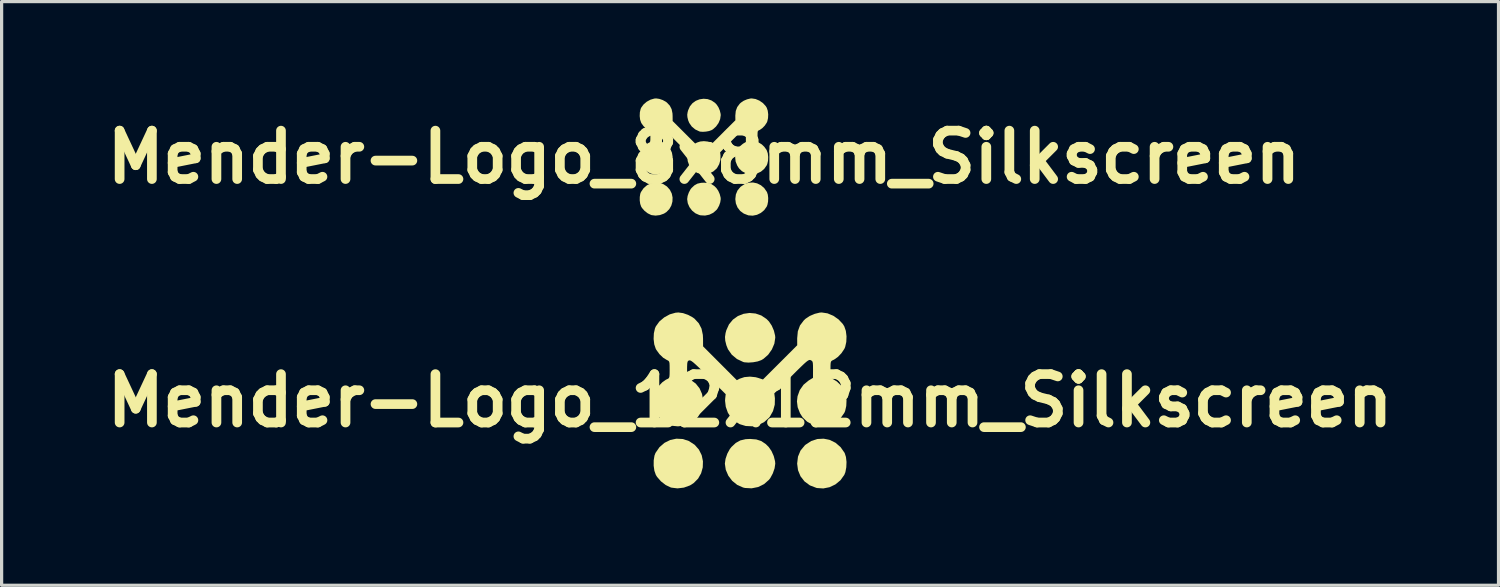
<source format=kicad_pcb>
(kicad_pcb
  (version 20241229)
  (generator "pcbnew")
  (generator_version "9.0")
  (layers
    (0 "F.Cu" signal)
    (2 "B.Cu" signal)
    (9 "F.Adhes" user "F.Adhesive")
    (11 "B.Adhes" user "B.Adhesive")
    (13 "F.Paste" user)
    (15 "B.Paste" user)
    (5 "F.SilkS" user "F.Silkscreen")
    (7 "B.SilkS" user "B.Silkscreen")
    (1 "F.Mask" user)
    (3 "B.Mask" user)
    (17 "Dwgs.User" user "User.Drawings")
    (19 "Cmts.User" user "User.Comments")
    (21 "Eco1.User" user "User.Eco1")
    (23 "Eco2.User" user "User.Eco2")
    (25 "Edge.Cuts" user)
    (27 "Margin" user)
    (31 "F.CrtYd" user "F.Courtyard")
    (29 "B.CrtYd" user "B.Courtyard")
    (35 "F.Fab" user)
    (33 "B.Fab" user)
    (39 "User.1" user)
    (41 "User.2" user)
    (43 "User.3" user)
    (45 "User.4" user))
  (footprint "Mender-Logo_12x12mm_Silkscreen"
    (layer "F.Cu")
    (at 20.193 9.365)
    (property "Reference" "Mender-Logo_12x12mm_Silkscreen" (at 0 0 0) (layer "F.SilkS") (effects (font (size 1.5 1.5) (thickness 0.3))))
    (attr board_only exclude_from_pos_files exclude_from_bom)
    (fp_poly (pts (xy 2.473 1.219) (xy 2.651 1.307) (xy 2.806 1.442) (xy 2.931 1.621) (xy 2.931 1.621) (xy 2.971 1.745) (xy 2.989 1.9) (xy 2.982 2.065) (xy 2.954 2.216) (xy 2.92 2.301) (xy 2.802 2.466) (xy 2.646 2.595) (xy 2.465 2.682) (xy 2.27 2.721) (xy 2.074 2.708) (xy 2.057 2.704) (xy 1.854 2.626) (xy 1.688 2.504) (xy 1.563 2.344) (xy 1.485 2.153) (xy 1.459 1.951) (xy 1.485 1.735) (xy 1.563 1.548) (xy 1.694 1.389) (xy 1.718 1.367) (xy 1.896 1.251) (xy 2.086 1.189) (xy 2.282 1.179)) (stroke (width 0) (type solid)) (fill yes) (layer "F.SilkS"))
    (fp_poly (pts (xy -2.087 1.189) (xy -1.896 1.251) (xy -1.719 1.367) (xy -1.718 1.367) (xy -1.585 1.518) (xy -1.499 1.691) (xy -1.46 1.879) (xy -1.466 2.069) (xy -1.517 2.252) (xy -1.611 2.417) (xy -1.748 2.555) (xy -1.861 2.627) (xy -2.05 2.695) (xy -2.248 2.719) (xy -2.436 2.696) (xy -2.463 2.688) (xy -2.616 2.614) (xy -2.762 2.5) (xy -2.881 2.364) (xy -2.92 2.301) (xy -2.965 2.173) (xy -2.987 2.016) (xy -2.986 1.851) (xy -2.962 1.703) (xy -2.931 1.621) (xy -2.807 1.442) (xy -2.651 1.307) (xy -2.474 1.219) (xy -2.283 1.179)) (stroke (width 0) (type solid)) (fill yes) (layer "F.SilkS"))
    (fp_poly (pts (xy 0.191 1.202) (xy 0.347 1.252) (xy 0.484 1.344) (xy 0.578 1.437) (xy 0.665 1.563) (xy 0.734 1.718) (xy 0.774 1.876) (xy 0.781 1.952) (xy 0.76 2.097) (xy 0.705 2.255) (xy 0.627 2.4) (xy 0.586 2.453) (xy 0.433 2.587) (xy 0.25 2.677) (xy 0.049 2.717) (xy -0.157 2.706) (xy -0.216 2.692) (xy -0.397 2.612) (xy -0.553 2.486) (xy -0.674 2.326) (xy -0.753 2.143) (xy -0.781 1.952) (xy -0.76 1.804) (xy -0.705 1.643) (xy -0.626 1.498) (xy -0.578 1.437) (xy -0.443 1.311) (xy -0.303 1.233) (xy -0.138 1.194) (xy 0 1.187)) (stroke (width 0) (type solid)) (fill yes) (layer "F.SilkS"))
    (fp_poly (pts (xy 0.17 -2.7) (xy 0.35 -2.638) (xy 0.513 -2.527) (xy 0.586 -2.453) (xy 0.672 -2.324) (xy 0.739 -2.168) (xy 0.776 -2.014) (xy 0.781 -1.952) (xy 0.753 -1.767) (xy 0.676 -1.586) (xy 0.561 -1.423) (xy 0.415 -1.295) (xy 0.348 -1.255) (xy 0.236 -1.215) (xy 0.095 -1.189) (xy -0.05 -1.179) (xy -0.173 -1.188) (xy -0.21 -1.197) (xy -0.405 -1.289) (xy -0.566 -1.423) (xy -0.684 -1.591) (xy -0.734 -1.715) (xy -0.769 -1.857) (xy -0.777 -1.974) (xy -0.759 -2.095) (xy -0.736 -2.18) (xy -0.653 -2.364) (xy -0.531 -2.511) (xy -0.378 -2.621) (xy -0.204 -2.69) (xy -0.018 -2.717)) (stroke (width 0) (type solid)) (fill yes) (layer "F.SilkS"))
    (fp_poly (pts (xy 2.4 -2.705) (xy 2.579 -2.63) (xy 2.742 -2.517) (xy 2.873 -2.377) (xy 2.92 -2.301) (xy 2.968 -2.161) (xy 2.989 -1.993) (xy 2.982 -1.819) (xy 2.947 -1.663) (xy 2.922 -1.605) (xy 2.832 -1.47) (xy 2.72 -1.353) (xy 2.605 -1.272) (xy 2.579 -1.26) (xy 2.537 -1.24) (xy 2.512 -1.216) (xy 2.498 -1.172) (xy 2.493 -1.096) (xy 2.492 -0.975) (xy 2.492 -0.961) (xy 2.493 -0.835) (xy 2.497 -0.755) (xy 2.51 -0.709) (xy 2.534 -0.683) (xy 2.574 -0.664) (xy 2.579 -0.662) (xy 2.693 -0.591) (xy 2.807 -0.481) (xy 2.903 -0.349) (xy 2.922 -0.317) (xy 2.969 -0.178) (xy 2.989 -0.01) (xy 2.981 0.165) (xy 2.946 0.321) (xy 2.92 0.38) (xy 2.802 0.547) (xy 2.652 0.672) (xy 2.481 0.754) (xy 2.298 0.793) (xy 2.111 0.789) (xy 1.932 0.742) (xy 1.768 0.652) (xy 1.629 0.519) (xy 1.547 0.39) (xy 1.475 0.204) (xy 1.453 0.025) (xy 1.471 -0.135) (xy 1.54 -0.326) (xy 1.658 -0.494) (xy 1.815 -0.624) (xy 1.817 -0.625) (xy 1.95 -0.706) (xy 1.951 -0.963) (xy 1.95 -1.089) (xy 1.945 -1.168) (xy 1.932 -1.214) (xy 1.907 -1.239) (xy 1.881 -1.253) (xy 1.857 -1.261) (xy 1.829 -1.258) (xy 1.792 -1.239) (xy 1.741 -1.201) (xy 1.67 -1.138) (xy 1.574 -1.046) (xy 1.446 -0.921) (xy 1.282 -0.757) (xy 1.281 -0.755) (xy 0.751 -0.225) (xy 0.77 -0.073) (xy 0.765 0.126) (xy 0.711 0.324) (xy 0.612 0.499) (xy 0.586 0.531) (xy 0.433 0.667) (xy 0.255 0.755) (xy 0.063 0.795) (xy -0.133 0.786) (xy -0.322 0.729) (xy -0.492 0.624) (xy -0.586 0.531) (xy -0.688 0.374) (xy -0.753 0.19) (xy -0.775 0.003) (xy -0.771 -0.06) (xy -0.755 -0.2) (xy -1.289 -0.734) (xy -1.458 -0.902) (xy -1.591 -1.031) (xy -1.692 -1.125) (xy -1.766 -1.19) (xy -1.82 -1.229) (xy -1.858 -1.247) (xy -1.885 -1.248) (xy -1.888 -1.247) (xy -1.918 -1.233) (xy -1.937 -1.204) (xy -1.947 -1.149) (xy -1.951 -1.056) (xy -1.952 -0.966) (xy -1.952 -0.704) (xy -1.843 -0.646) (xy -1.682 -0.528) (xy -1.564 -0.379) (xy -1.489 -0.208) (xy -1.457 -0.024) (xy -1.468 0.163) (xy -1.521 0.342) (xy -1.616 0.505) (xy -1.754 0.642) (xy -1.871 0.715) (xy -2.044 0.774) (xy -2.235 0.797) (xy -2.416 0.779) (xy -2.463 0.766) (xy -2.616 0.692) (xy -2.762 0.579) (xy -2.881 0.443) (xy -2.92 0.38) (xy -2.968 0.24) (xy -2.989 0.071) (xy -2.982 -0.103) (xy -2.947 -0.258) (xy -2.922 -0.317) (xy -2.832 -0.451) (xy -2.72 -0.568) (xy -2.605 -0.65) (xy -2.579 -0.662) (xy -2.537 -0.681) (xy -2.512 -0.706) (xy -2.498 -0.75) (xy -2.493 -0.825) (xy -2.492 -0.946) (xy -2.492 -0.961) (xy -2.493 -1.087) (xy -2.497 -1.166) (xy -2.51 -1.212) (xy -2.534 -1.238) (xy -2.574 -1.258) (xy -2.579 -1.26) (xy -2.693 -1.33) (xy -2.807 -1.44) (xy -2.903 -1.572) (xy -2.922 -1.605) (xy -2.969 -1.744) (xy -2.989 -1.912) (xy -2.981 -2.086) (xy -2.946 -2.242) (xy -2.92 -2.301) (xy -2.811 -2.452) (xy -2.661 -2.579) (xy -2.488 -2.674) (xy -2.308 -2.725) (xy -2.222 -2.732) (xy -2.077 -2.712) (xy -1.918 -2.657) (xy -1.774 -2.578) (xy -1.72 -2.538) (xy -1.589 -2.396) (xy -1.505 -2.233) (xy -1.463 -2.037) (xy -1.457 -1.914) (xy -1.456 -1.682) (xy -0.933 -1.158) (xy -0.41 -0.634) (xy -0.322 -0.68) (xy -0.175 -0.729) (xy -0.003 -0.744) (xy 0.172 -0.726) (xy 0.243 -0.707) (xy 0.4 -0.656) (xy 0.931 -1.186) (xy 1.461 -1.716) (xy 1.46 -1.931) (xy 1.48 -2.147) (xy 1.547 -2.33) (xy 1.665 -2.486) (xy 1.72 -2.538) (xy 1.85 -2.624) (xy 2.005 -2.69) (xy 2.16 -2.728) (xy 2.222 -2.732)) (stroke (width 0) (type solid)) (fill yes) (layer "F.SilkS")))
  (footprint "Mender-Logo_8x8mm_Silkscreen"
    (layer "F.Cu")
    (at 18.764 1.82)
    (property "Reference" "Mender-Logo_8x8mm_Silkscreen" (at 0 0 0) (layer "F.SilkS") (effects (font (size 1.5 1.5) (thickness 0.3))))
    (attr board_only exclude_from_pos_files exclude_from_bom)
    (fp_poly (pts (xy 1.647 0.812) (xy 1.766 0.871) (xy 1.869 0.96) (xy 1.952 1.08) (xy 1.952 1.08) (xy 1.979 1.162) (xy 1.991 1.266) (xy 1.987 1.376) (xy 1.967 1.476) (xy 1.945 1.533) (xy 1.866 1.643) (xy 1.762 1.729) (xy 1.642 1.787) (xy 1.512 1.813) (xy 1.381 1.804) (xy 1.37 1.801) (xy 1.235 1.749) (xy 1.124 1.668) (xy 1.041 1.561) (xy 0.989 1.434) (xy 0.972 1.3) (xy 0.989 1.156) (xy 1.041 1.031) (xy 1.128 0.925) (xy 1.145 0.911) (xy 1.263 0.833) (xy 1.39 0.792) (xy 1.52 0.785)) (stroke (width 0) (type solid)) (fill yes) (layer "F.SilkS"))
    (fp_poly (pts (xy -1.39 0.792) (xy -1.263 0.833) (xy -1.145 0.91) (xy -1.145 0.911) (xy -1.056 1.011) (xy -0.998 1.127) (xy -0.972 1.251) (xy -0.977 1.378) (xy -1.011 1.5) (xy -1.073 1.61) (xy -1.164 1.702) (xy -1.24 1.75) (xy -1.366 1.795) (xy -1.498 1.811) (xy -1.623 1.796) (xy -1.641 1.79) (xy -1.742 1.741) (xy -1.84 1.665) (xy -1.919 1.575) (xy -1.945 1.533) (xy -1.975 1.448) (xy -1.99 1.343) (xy -1.989 1.233) (xy -1.973 1.134) (xy -1.952 1.08) (xy -1.87 0.961) (xy -1.766 0.871) (xy -1.648 0.812) (xy -1.52 0.785)) (stroke (width 0) (type solid)) (fill yes) (layer "F.SilkS"))
    (fp_poly (pts (xy 0.127 0.801) (xy 0.231 0.834) (xy 0.322 0.895) (xy 0.385 0.957) (xy 0.443 1.041) (xy 0.489 1.145) (xy 0.516 1.25) (xy 0.52 1.3) (xy 0.506 1.397) (xy 0.47 1.502) (xy 0.417 1.599) (xy 0.39 1.634) (xy 0.289 1.723) (xy 0.167 1.783) (xy 0.033 1.81) (xy -0.104 1.802) (xy -0.144 1.793) (xy -0.264 1.74) (xy -0.368 1.656) (xy -0.449 1.549) (xy -0.502 1.427) (xy -0.52 1.3) (xy -0.506 1.202) (xy -0.469 1.095) (xy -0.417 0.998) (xy -0.385 0.957) (xy -0.295 0.873) (xy -0.202 0.821) (xy -0.092 0.796) (xy 0 0.791)) (stroke (width 0) (type solid)) (fill yes) (layer "F.SilkS"))
    (fp_poly (pts (xy 0.113 -1.799) (xy 0.233 -1.757) (xy 0.342 -1.684) (xy 0.39 -1.634) (xy 0.448 -1.548) (xy 0.492 -1.444) (xy 0.517 -1.341) (xy 0.52 -1.3) (xy 0.502 -1.177) (xy 0.451 -1.056) (xy 0.373 -0.948) (xy 0.277 -0.862) (xy 0.232 -0.836) (xy 0.157 -0.809) (xy 0.063 -0.792) (xy -0.033 -0.785) (xy -0.115 -0.791) (xy -0.14 -0.797) (xy -0.27 -0.859) (xy -0.377 -0.948) (xy -0.455 -1.06) (xy -0.489 -1.142) (xy -0.512 -1.237) (xy -0.518 -1.315) (xy -0.506 -1.395) (xy -0.49 -1.452) (xy -0.435 -1.575) (xy -0.354 -1.673) (xy -0.252 -1.746) (xy -0.136 -1.792) (xy -0.012 -1.81)) (stroke (width 0) (type solid)) (fill yes) (layer "F.SilkS"))
    (fp_poly (pts (xy 1.599 -1.802) (xy 1.718 -1.752) (xy 1.827 -1.677) (xy 1.914 -1.583) (xy 1.945 -1.533) (xy 1.977 -1.44) (xy 1.991 -1.327) (xy 1.986 -1.212) (xy 1.963 -1.108) (xy 1.946 -1.069) (xy 1.886 -0.979) (xy 1.812 -0.902) (xy 1.735 -0.847) (xy 1.718 -0.839) (xy 1.69 -0.826) (xy 1.673 -0.81) (xy 1.664 -0.781) (xy 1.661 -0.73) (xy 1.66 -0.65) (xy 1.66 -0.64) (xy 1.66 -0.556) (xy 1.664 -0.503) (xy 1.672 -0.472) (xy 1.688 -0.455) (xy 1.715 -0.442) (xy 1.718 -0.441) (xy 1.794 -0.394) (xy 1.87 -0.321) (xy 1.934 -0.233) (xy 1.946 -0.211) (xy 1.978 -0.119) (xy 1.991 -0.006) (xy 1.986 0.11) (xy 1.962 0.213) (xy 1.945 0.253) (xy 1.866 0.365) (xy 1.767 0.448) (xy 1.653 0.502) (xy 1.531 0.528) (xy 1.407 0.526) (xy 1.287 0.495) (xy 1.178 0.435) (xy 1.085 0.346) (xy 1.031 0.26) (xy 0.982 0.136) (xy 0.968 0.017) (xy 0.98 -0.09) (xy 1.026 -0.217) (xy 1.105 -0.329) (xy 1.209 -0.416) (xy 1.211 -0.417) (xy 1.299 -0.47) (xy 1.299 -0.642) (xy 1.299 -0.725) (xy 1.295 -0.778) (xy 1.287 -0.808) (xy 1.271 -0.826) (xy 1.253 -0.835) (xy 1.237 -0.84) (xy 1.218 -0.838) (xy 1.194 -0.825) (xy 1.16 -0.8) (xy 1.113 -0.758) (xy 1.048 -0.697) (xy 0.964 -0.613) (xy 0.854 -0.504) (xy 0.853 -0.503) (xy 0.501 -0.15) (xy 0.513 -0.048) (xy 0.51 0.084) (xy 0.473 0.216) (xy 0.408 0.332) (xy 0.391 0.354) (xy 0.289 0.444) (xy 0.17 0.503) (xy 0.042 0.529) (xy -0.089 0.523) (xy -0.214 0.486) (xy -0.328 0.415) (xy -0.391 0.354) (xy -0.458 0.249) (xy -0.502 0.126) (xy -0.516 0.002) (xy -0.514 -0.04) (xy -0.503 -0.133) (xy -0.859 -0.489) (xy -0.971 -0.601) (xy -1.06 -0.687) (xy -1.127 -0.75) (xy -1.177 -0.793) (xy -1.212 -0.819) (xy -1.238 -0.831) (xy -1.256 -0.831) (xy -1.257 -0.831) (xy -1.278 -0.821) (xy -1.291 -0.802) (xy -1.297 -0.766) (xy -1.3 -0.703) (xy -1.3 -0.643) (xy -1.3 -0.469) (xy -1.228 -0.43) (xy -1.121 -0.352) (xy -1.042 -0.252) (xy -0.992 -0.138) (xy -0.971 -0.016) (xy -0.978 0.108) (xy -1.013 0.228) (xy -1.077 0.337) (xy -1.168 0.428) (xy -1.247 0.476) (xy -1.362 0.516) (xy -1.488 0.531) (xy -1.609 0.519) (xy -1.641 0.51) (xy -1.742 0.461) (xy -1.84 0.385) (xy -1.919 0.295) (xy -1.945 0.253) (xy -1.977 0.16) (xy -1.991 0.047) (xy -1.986 -0.068) (xy -1.963 -0.172) (xy -1.946 -0.211) (xy -1.886 -0.301) (xy -1.812 -0.378) (xy -1.735 -0.433) (xy -1.718 -0.441) (xy -1.69 -0.454) (xy -1.673 -0.47) (xy -1.664 -0.499) (xy -1.661 -0.55) (xy -1.66 -0.63) (xy -1.66 -0.64) (xy -1.66 -0.724) (xy -1.664 -0.777) (xy -1.672 -0.808) (xy -1.688 -0.825) (xy -1.715 -0.838) (xy -1.718 -0.839) (xy -1.794 -0.886) (xy -1.87 -0.959) (xy -1.934 -1.047) (xy -1.946 -1.069) (xy -1.978 -1.161) (xy -1.991 -1.274) (xy -1.986 -1.39) (xy -1.962 -1.493) (xy -1.945 -1.533) (xy -1.872 -1.633) (xy -1.773 -1.718) (xy -1.658 -1.781) (xy -1.537 -1.816) (xy -1.48 -1.82) (xy -1.383 -1.806) (xy -1.278 -1.77) (xy -1.181 -1.717) (xy -1.146 -1.69) (xy -1.058 -1.596) (xy -1.002 -1.487) (xy -0.975 -1.357) (xy -0.971 -1.275) (xy -0.97 -1.12) (xy -0.622 -0.772) (xy -0.273 -0.423) (xy -0.214 -0.453) (xy -0.117 -0.485) (xy -0.002 -0.496) (xy 0.115 -0.484) (xy 0.162 -0.471) (xy 0.267 -0.437) (xy 0.62 -0.79) (xy 0.974 -1.143) (xy 0.972 -1.287) (xy 0.986 -1.431) (xy 1.031 -1.552) (xy 1.109 -1.656) (xy 1.146 -1.69) (xy 1.232 -1.748) (xy 1.336 -1.792) (xy 1.439 -1.817) (xy 1.48 -1.82)) (stroke (width 0) (type solid)) (fill yes) (layer "F.SilkS")))
  (gr_rect
    (start -3 -3)
    (end 43.386 15.086)
    (stroke (width 0.1) (type default))
    (fill no)
    (layer "Edge.Cuts")))
</source>
